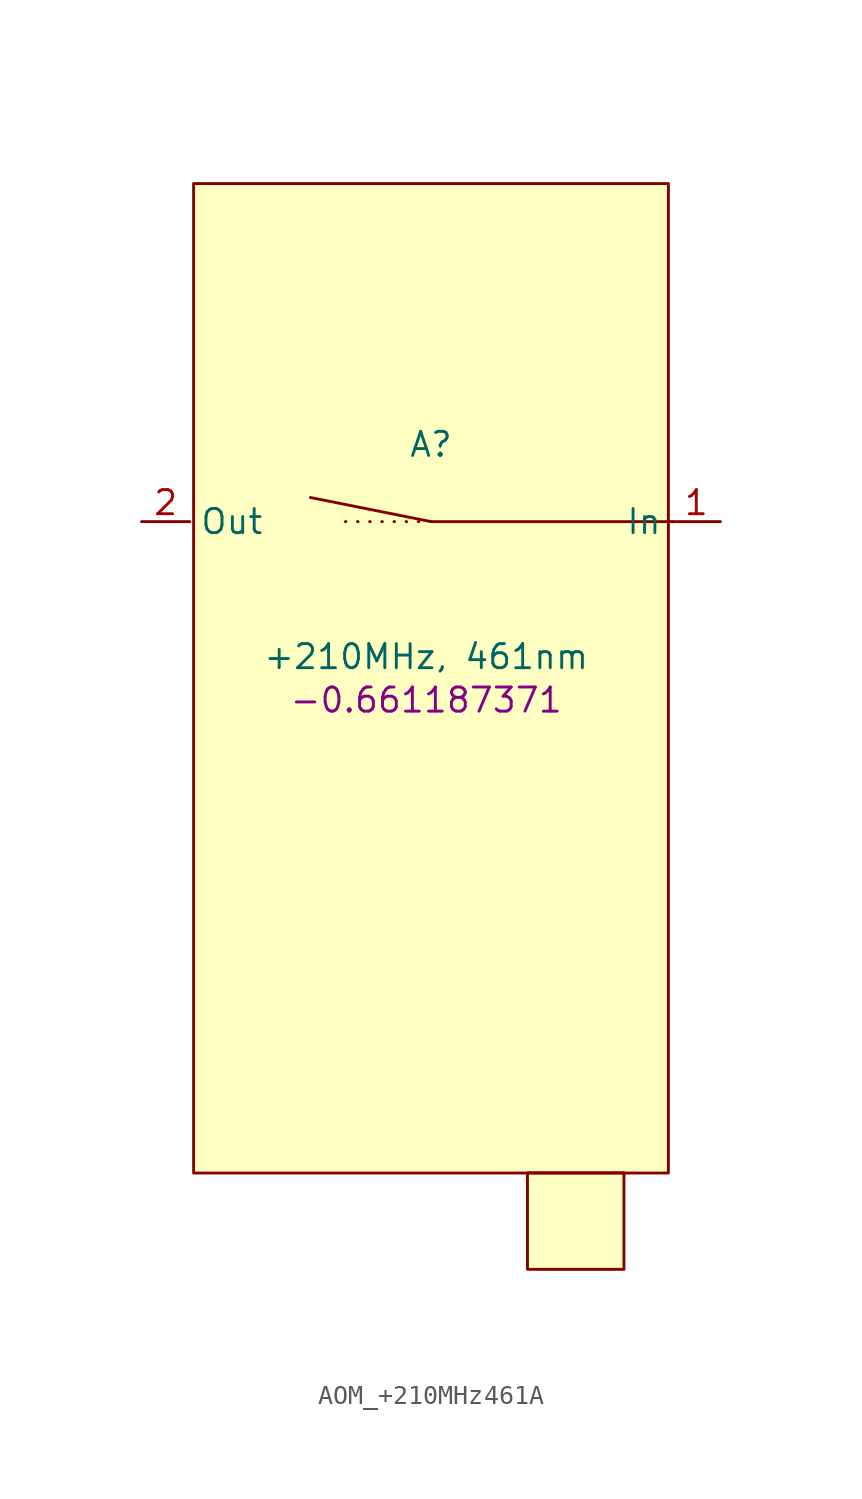
<source format=kicad_sym>
(kicad_symbol_lib
  (version 20241209)
  (generator "kicad_symbol_editor")
  (generator_version "9.0")
  (symbol "AOM_+210MHz461A"
    (property "Reference" "A"
      (at 0 4.064 0)
      (effects (font (size 1.27 1.27))))
    (property "Value" "+210MHz, 461nm"
      (at -0.254 -7.112 0)
      (effects (font (size 1.27 1.27))))
    (property "Angle" "-0.661187371"
      (at -0.254 -9.398 0)
      (effects (font (size 1.27 1.27))))
    (symbol "AOM_+210MHz461A_1_1"
      (rectangle (start -12.5 17.8) (end 12.5 -34.3) (stroke (width 0) (type default)) (fill (type background)))
      (polyline (pts (xy 0 0) (xy -5.08 0)) (stroke (width 0) (type dot)) (fill (type none)))
      (rectangle (start 5.08 -34.29) (end 10.16 -39.37) (stroke (width 0) (type default)) (fill (type background)))
      (polyline (pts (xy 12.7 0) (xy 0 0) (xy -6.35 1.27)) (stroke (width 0) (type solid)) (fill (type none)))
      (pin passive line (at -15.24 0 0) (length 2.54) (name "Out" (effects (font (size 1.27 1.27)))) (number "2" (effects (font (size 1.27 1.27)))))
      (pin passive line (at 15.24 0 180) (length 2.54) (name "In" (effects (font (size 1.27 1.27)))) (number "1" (effects (font (size 1.27 1.27))))))))
</source>
